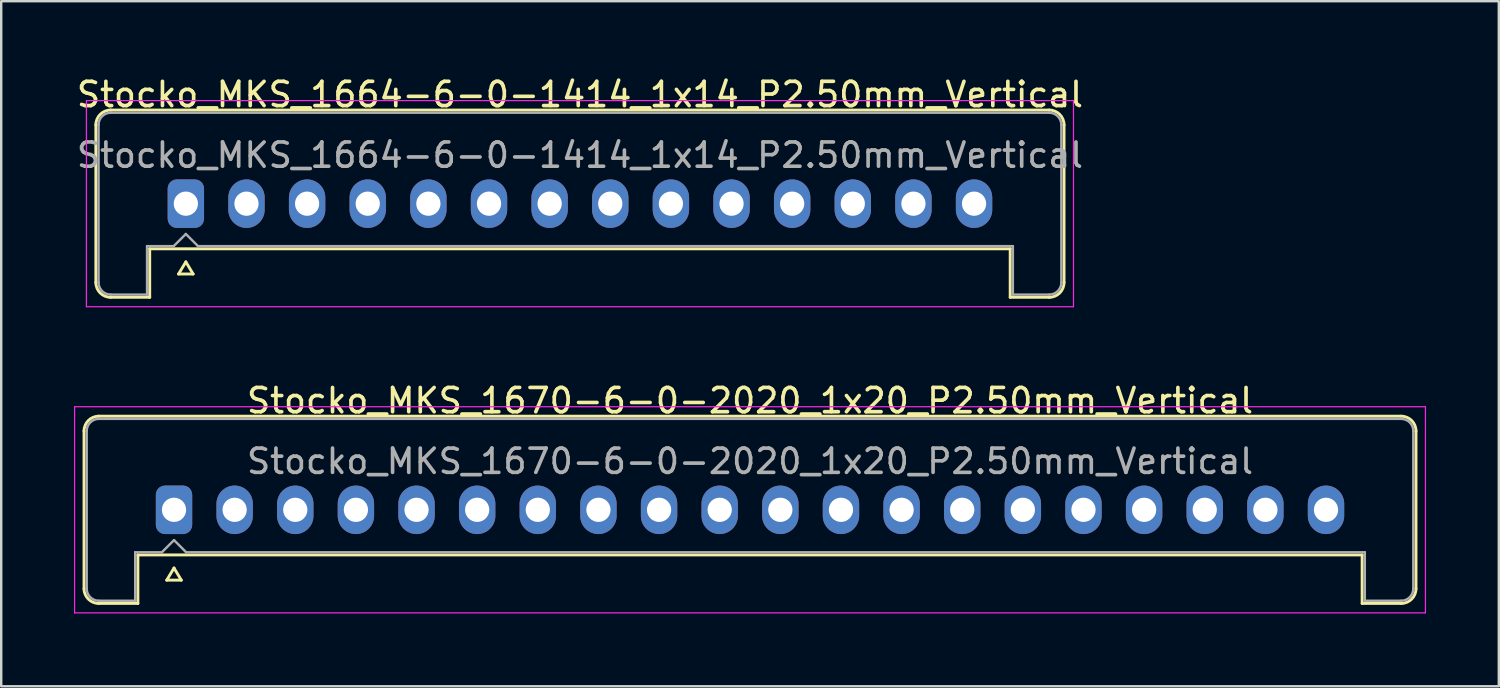
<source format=kicad_pcb>
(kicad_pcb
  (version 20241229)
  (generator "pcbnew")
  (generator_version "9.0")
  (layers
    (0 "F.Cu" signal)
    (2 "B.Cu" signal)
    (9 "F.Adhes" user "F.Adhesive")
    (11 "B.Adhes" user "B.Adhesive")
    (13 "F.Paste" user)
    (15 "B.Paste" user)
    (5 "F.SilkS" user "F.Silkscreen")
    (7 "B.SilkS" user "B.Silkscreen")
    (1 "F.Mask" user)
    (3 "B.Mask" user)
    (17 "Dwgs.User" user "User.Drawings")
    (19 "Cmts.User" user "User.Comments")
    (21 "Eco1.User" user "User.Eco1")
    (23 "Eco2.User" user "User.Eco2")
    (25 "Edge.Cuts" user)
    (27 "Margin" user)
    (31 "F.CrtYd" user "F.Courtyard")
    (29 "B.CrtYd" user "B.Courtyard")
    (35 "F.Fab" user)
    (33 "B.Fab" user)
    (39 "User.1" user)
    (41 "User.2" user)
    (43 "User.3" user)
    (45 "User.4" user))
  (footprint "Stocko_MKS_1670-6-0-2020_1x20_P2.50mm_Vertical"
    (layer "F.Cu")
    (at 4.125 17.971)
    (property "Reference" "Stocko_MKS_1670-6-0-2020_1x20_P2.50mm_Vertical" (at 23.75 -4.5 0) (layer "F.SilkS") (effects (font (size 1 1) (thickness 0.15))))
    (attr through_hole)
    (fp_line (start -3.71 -3.25) (end -3.71 3.25) (stroke (width 0.12) (type solid)) (layer "F.SilkS"))
    (fp_line (start -3.1 -3.86) (end 50.6 -3.86) (stroke (width 0.12) (type solid)) (layer "F.SilkS"))
    (fp_line (start -3.1 3.86) (end -1.49 3.86) (stroke (width 0.12) (type solid)) (layer "F.SilkS"))
    (fp_line (start -1.49 1.86) (end 48.99 1.86) (stroke (width 0.12) (type solid)) (layer "F.SilkS"))
    (fp_line (start -1.49 3.86) (end -1.49 1.86) (stroke (width 0.12) (type solid)) (layer "F.SilkS"))
    (fp_line (start -0.3 2.9) (end 0.3 2.9) (stroke (width 0.12) (type solid)) (layer "F.SilkS"))
    (fp_line (start 0 2.4) (end -0.3 2.9) (stroke (width 0.12) (type solid)) (layer "F.SilkS"))
    (fp_line (start 0.3 2.9) (end 0 2.4) (stroke (width 0.12) (type solid)) (layer "F.SilkS"))
    (fp_line (start 48.99 3.86) (end 48.99 1.86) (stroke (width 0.12) (type solid)) (layer "F.SilkS"))
    (fp_line (start 50.6 3.86) (end 48.99 3.86) (stroke (width 0.12) (type solid)) (layer "F.SilkS"))
    (fp_line (start 51.21 -3.25) (end 51.21 3.25) (stroke (width 0.12) (type solid)) (layer "F.SilkS"))
    (fp_arc (start -3.71 -3.25) (mid -3.531335 -3.681335) (end -3.1 -3.86) (stroke (width 0.12) (type solid)) (layer "F.SilkS"))
    (fp_arc (start -3.1 3.86) (mid -3.531335 3.681335) (end -3.71 3.25) (stroke (width 0.12) (type solid)) (layer "F.SilkS"))
    (fp_arc (start 50.6 -3.86) (mid 51.031335 -3.681335) (end 51.21 -3.25) (stroke (width 0.12) (type solid)) (layer "F.SilkS"))
    (fp_arc (start 51.21 3.25) (mid 51.031335 3.681335) (end 50.6 3.86) (stroke (width 0.12) (type solid)) (layer "F.SilkS"))
    (fp_line (start -4.1 -4.25) (end -4.1 4.25) (stroke (width 0.05) (type solid)) (layer "F.CrtYd"))
    (fp_line (start -4.1 4.25) (end 51.6 4.25) (stroke (width 0.05) (type solid)) (layer "F.CrtYd"))
    (fp_line (start 51.6 -4.25) (end -4.1 -4.25) (stroke (width 0.05) (type solid)) (layer "F.CrtYd"))
    (fp_line (start 51.6 4.25) (end 51.6 -4.25) (stroke (width 0.05) (type solid)) (layer "F.CrtYd"))
    (fp_line (start -3.6 -3.25) (end -3.6 3.25) (stroke (width 0.1) (type solid)) (layer "F.Fab"))
    (fp_line (start -3.1 -3.75) (end 50.6 -3.75) (stroke (width 0.1) (type solid)) (layer "F.Fab"))
    (fp_line (start -3.1 3.75) (end -1.6 3.75) (stroke (width 0.1) (type solid)) (layer "F.Fab"))
    (fp_line (start -1.6 1.75) (end -0.5 1.75) (stroke (width 0.1) (type solid)) (layer "F.Fab"))
    (fp_line (start -1.6 3.75) (end -1.6 1.75) (stroke (width 0.1) (type solid)) (layer "F.Fab"))
    (fp_line (start -0.5 1.75) (end 0 1.25) (stroke (width 0.1) (type solid)) (layer "F.Fab"))
    (fp_line (start 0 1.25) (end 0.5 1.75) (stroke (width 0.1) (type solid)) (layer "F.Fab"))
    (fp_line (start 0.5 1.75) (end 49.1 1.75) (stroke (width 0.1) (type solid)) (layer "F.Fab"))
    (fp_line (start 49.1 3.75) (end 49.1 1.75) (stroke (width 0.1) (type solid)) (layer "F.Fab"))
    (fp_line (start 50.6 3.75) (end 49.1 3.75) (stroke (width 0.1) (type solid)) (layer "F.Fab"))
    (fp_line (start 51.1 -3.25) (end 51.1 3.25) (stroke (width 0.1) (type solid)) (layer "F.Fab"))
    (fp_arc (start -3.6 -3.25) (mid -3.453553 -3.603553) (end -3.1 -3.75) (stroke (width 0.1) (type solid)) (layer "F.Fab"))
    (fp_arc (start -3.1 3.75) (mid -3.453553 3.603553) (end -3.6 3.25) (stroke (width 0.1) (type solid)) (layer "F.Fab"))
    (fp_arc (start 50.6 -3.75) (mid 50.953553 -3.603553) (end 51.1 -3.25) (stroke (width 0.1) (type solid)) (layer "F.Fab"))
    (fp_arc (start 51.1 3.25) (mid 50.953553 3.603553) (end 50.6 3.75) (stroke (width 0.1) (type solid)) (layer "F.Fab"))
    (fp_text user "${REFERENCE}" (at 23.75 -2 0) (layer "F.Fab") (effects (font (size 1 1) (thickness 0.15))))
    (pad "1" thru_hole roundrect (at 0 0) (size 1.5 2) (drill 1) (layers "*.Cu" "*.Mask") (roundrect_rratio 0.25))
    (pad "2" thru_hole oval (at 2.5 0) (size 1.5 2) (drill 1) (layers "*.Cu" "*.Mask"))
    (pad "3" thru_hole oval (at 5 0) (size 1.5 2) (drill 1) (layers "*.Cu" "*.Mask"))
    (pad "4" thru_hole oval (at 7.5 0) (size 1.5 2) (drill 1) (layers "*.Cu" "*.Mask"))
    (pad "5" thru_hole oval (at 10 0) (size 1.5 2) (drill 1) (layers "*.Cu" "*.Mask"))
    (pad "6" thru_hole oval (at 12.5 0) (size 1.5 2) (drill 1) (layers "*.Cu" "*.Mask"))
    (pad "7" thru_hole oval (at 15 0) (size 1.5 2) (drill 1) (layers "*.Cu" "*.Mask"))
    (pad "8" thru_hole oval (at 17.5 0) (size 1.5 2) (drill 1) (layers "*.Cu" "*.Mask"))
    (pad "9" thru_hole oval (at 20 0) (size 1.5 2) (drill 1) (layers "*.Cu" "*.Mask"))
    (pad "10" thru_hole oval (at 22.5 0) (size 1.5 2) (drill 1) (layers "*.Cu" "*.Mask"))
    (pad "11" thru_hole oval (at 25 0) (size 1.5 2) (drill 1) (layers "*.Cu" "*.Mask"))
    (pad "12" thru_hole oval (at 27.5 0) (size 1.5 2) (drill 1) (layers "*.Cu" "*.Mask"))
    (pad "13" thru_hole oval (at 30 0) (size 1.5 2) (drill 1) (layers "*.Cu" "*.Mask"))
    (pad "14" thru_hole oval (at 32.5 0) (size 1.5 2) (drill 1) (layers "*.Cu" "*.Mask"))
    (pad "15" thru_hole oval (at 35 0) (size 1.5 2) (drill 1) (layers "*.Cu" "*.Mask"))
    (pad "16" thru_hole oval (at 37.5 0) (size 1.5 2) (drill 1) (layers "*.Cu" "*.Mask"))
    (pad "17" thru_hole oval (at 40 0) (size 1.5 2) (drill 1) (layers "*.Cu" "*.Mask"))
    (pad "18" thru_hole oval (at 42.5 0) (size 1.5 2) (drill 1) (layers "*.Cu" "*.Mask"))
    (pad "19" thru_hole oval (at 45 0) (size 1.5 2) (drill 1) (layers "*.Cu" "*.Mask"))
    (pad "20" thru_hole oval (at 47.5 0) (size 1.5 2) (drill 1) (layers "*.Cu" "*.Mask")))
  (footprint "Stocko_MKS_1664-6-0-1414_1x14_P2.50mm_Vertical"
    (layer "F.Cu")
    (at 4.613 5.348)
    (property "Reference" "Stocko_MKS_1664-6-0-1414_1x14_P2.50mm_Vertical" (at 16.25 -4.5 0) (layer "F.SilkS") (effects (font (size 1 1) (thickness 0.15))))
    (attr through_hole)
    (fp_line (start -3.71 -3.25) (end -3.71 3.25) (stroke (width 0.12) (type solid)) (layer "F.SilkS"))
    (fp_line (start -3.1 -3.86) (end 35.6 -3.86) (stroke (width 0.12) (type solid)) (layer "F.SilkS"))
    (fp_line (start -3.1 3.86) (end -1.49 3.86) (stroke (width 0.12) (type solid)) (layer "F.SilkS"))
    (fp_line (start -1.49 1.86) (end 33.99 1.86) (stroke (width 0.12) (type solid)) (layer "F.SilkS"))
    (fp_line (start -1.49 3.86) (end -1.49 1.86) (stroke (width 0.12) (type solid)) (layer "F.SilkS"))
    (fp_line (start -0.3 2.9) (end 0.3 2.9) (stroke (width 0.12) (type solid)) (layer "F.SilkS"))
    (fp_line (start 0 2.4) (end -0.3 2.9) (stroke (width 0.12) (type solid)) (layer "F.SilkS"))
    (fp_line (start 0.3 2.9) (end 0 2.4) (stroke (width 0.12) (type solid)) (layer "F.SilkS"))
    (fp_line (start 33.99 3.86) (end 33.99 1.86) (stroke (width 0.12) (type solid)) (layer "F.SilkS"))
    (fp_line (start 35.6 3.86) (end 33.99 3.86) (stroke (width 0.12) (type solid)) (layer "F.SilkS"))
    (fp_line (start 36.21 -3.25) (end 36.21 3.25) (stroke (width 0.12) (type solid)) (layer "F.SilkS"))
    (fp_arc (start -3.71 -3.25) (mid -3.531335 -3.681335) (end -3.1 -3.86) (stroke (width 0.12) (type solid)) (layer "F.SilkS"))
    (fp_arc (start -3.1 3.86) (mid -3.531335 3.681335) (end -3.71 3.25) (stroke (width 0.12) (type solid)) (layer "F.SilkS"))
    (fp_arc (start 35.6 -3.86) (mid 36.031335 -3.681335) (end 36.21 -3.25) (stroke (width 0.12) (type solid)) (layer "F.SilkS"))
    (fp_arc (start 36.21 3.25) (mid 36.031335 3.681335) (end 35.6 3.86) (stroke (width 0.12) (type solid)) (layer "F.SilkS"))
    (fp_line (start -4.1 -4.25) (end -4.1 4.25) (stroke (width 0.05) (type solid)) (layer "F.CrtYd"))
    (fp_line (start -4.1 4.25) (end 36.6 4.25) (stroke (width 0.05) (type solid)) (layer "F.CrtYd"))
    (fp_line (start 36.6 -4.25) (end -4.1 -4.25) (stroke (width 0.05) (type solid)) (layer "F.CrtYd"))
    (fp_line (start 36.6 4.25) (end 36.6 -4.25) (stroke (width 0.05) (type solid)) (layer "F.CrtYd"))
    (fp_line (start -3.6 -3.25) (end -3.6 3.25) (stroke (width 0.1) (type solid)) (layer "F.Fab"))
    (fp_line (start -3.1 -3.75) (end 35.6 -3.75) (stroke (width 0.1) (type solid)) (layer "F.Fab"))
    (fp_line (start -3.1 3.75) (end -1.6 3.75) (stroke (width 0.1) (type solid)) (layer "F.Fab"))
    (fp_line (start -1.6 1.75) (end -0.5 1.75) (stroke (width 0.1) (type solid)) (layer "F.Fab"))
    (fp_line (start -1.6 3.75) (end -1.6 1.75) (stroke (width 0.1) (type solid)) (layer "F.Fab"))
    (fp_line (start -0.5 1.75) (end 0 1.25) (stroke (width 0.1) (type solid)) (layer "F.Fab"))
    (fp_line (start 0 1.25) (end 0.5 1.75) (stroke (width 0.1) (type solid)) (layer "F.Fab"))
    (fp_line (start 0.5 1.75) (end 34.1 1.75) (stroke (width 0.1) (type solid)) (layer "F.Fab"))
    (fp_line (start 34.1 3.75) (end 34.1 1.75) (stroke (width 0.1) (type solid)) (layer "F.Fab"))
    (fp_line (start 35.6 3.75) (end 34.1 3.75) (stroke (width 0.1) (type solid)) (layer "F.Fab"))
    (fp_line (start 36.1 -3.25) (end 36.1 3.25) (stroke (width 0.1) (type solid)) (layer "F.Fab"))
    (fp_arc (start -3.6 -3.25) (mid -3.453553 -3.603553) (end -3.1 -3.75) (stroke (width 0.1) (type solid)) (layer "F.Fab"))
    (fp_arc (start -3.1 3.75) (mid -3.453553 3.603553) (end -3.6 3.25) (stroke (width 0.1) (type solid)) (layer "F.Fab"))
    (fp_arc (start 35.6 -3.75) (mid 35.953553 -3.603553) (end 36.1 -3.25) (stroke (width 0.1) (type solid)) (layer "F.Fab"))
    (fp_arc (start 36.1 3.25) (mid 35.953553 3.603553) (end 35.6 3.75) (stroke (width 0.1) (type solid)) (layer "F.Fab"))
    (fp_text user "${REFERENCE}" (at 16.25 -2 0) (layer "F.Fab") (effects (font (size 1 1) (thickness 0.15))))
    (pad "1" thru_hole roundrect (at 0 0) (size 1.5 2) (drill 1) (layers "*.Cu" "*.Mask") (roundrect_rratio 0.25))
    (pad "2" thru_hole oval (at 2.5 0) (size 1.5 2) (drill 1) (layers "*.Cu" "*.Mask"))
    (pad "3" thru_hole oval (at 5 0) (size 1.5 2) (drill 1) (layers "*.Cu" "*.Mask"))
    (pad "4" thru_hole oval (at 7.5 0) (size 1.5 2) (drill 1) (layers "*.Cu" "*.Mask"))
    (pad "5" thru_hole oval (at 10 0) (size 1.5 2) (drill 1) (layers "*.Cu" "*.Mask"))
    (pad "6" thru_hole oval (at 12.5 0) (size 1.5 2) (drill 1) (layers "*.Cu" "*.Mask"))
    (pad "7" thru_hole oval (at 15 0) (size 1.5 2) (drill 1) (layers "*.Cu" "*.Mask"))
    (pad "8" thru_hole oval (at 17.5 0) (size 1.5 2) (drill 1) (layers "*.Cu" "*.Mask"))
    (pad "9" thru_hole oval (at 20 0) (size 1.5 2) (drill 1) (layers "*.Cu" "*.Mask"))
    (pad "10" thru_hole oval (at 22.5 0) (size 1.5 2) (drill 1) (layers "*.Cu" "*.Mask"))
    (pad "11" thru_hole oval (at 25 0) (size 1.5 2) (drill 1) (layers "*.Cu" "*.Mask"))
    (pad "12" thru_hole oval (at 27.5 0) (size 1.5 2) (drill 1) (layers "*.Cu" "*.Mask"))
    (pad "13" thru_hole oval (at 30 0) (size 1.5 2) (drill 1) (layers "*.Cu" "*.Mask"))
    (pad "14" thru_hole oval (at 32.5 0) (size 1.5 2) (drill 1) (layers "*.Cu" "*.Mask")))
  (gr_rect
    (start -3 -3)
    (end 58.75 25.247)
    (stroke (width 0.1) (type default))
    (fill no)
    (layer "Edge.Cuts")))
</source>
